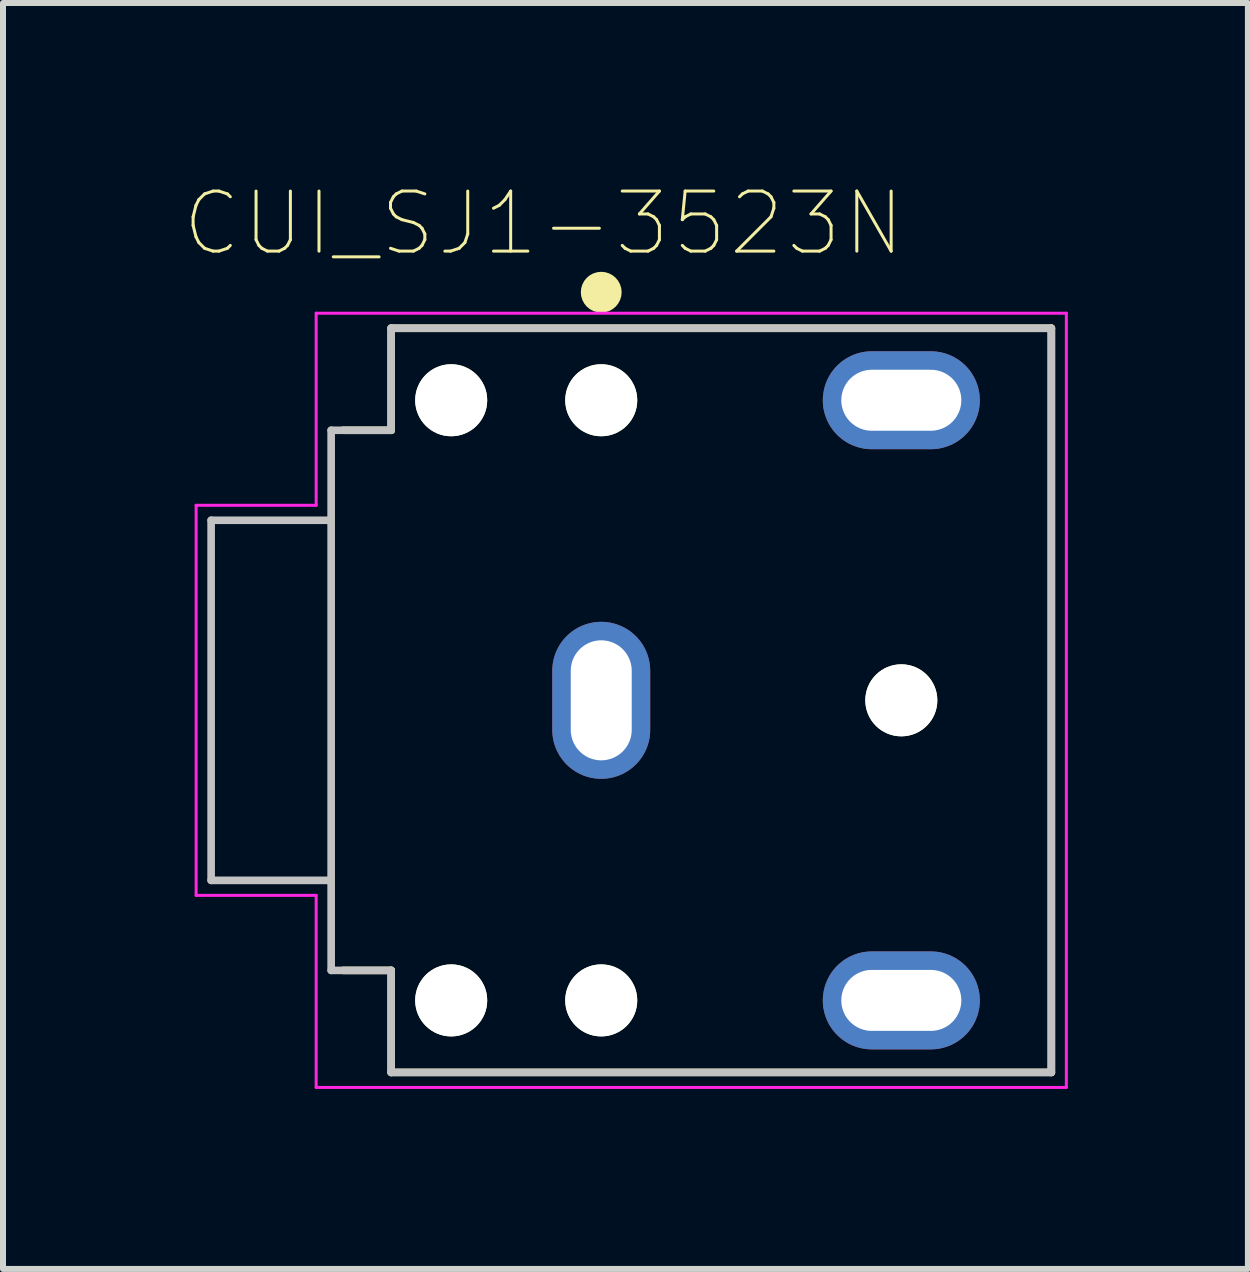
<source format=kicad_pcb>
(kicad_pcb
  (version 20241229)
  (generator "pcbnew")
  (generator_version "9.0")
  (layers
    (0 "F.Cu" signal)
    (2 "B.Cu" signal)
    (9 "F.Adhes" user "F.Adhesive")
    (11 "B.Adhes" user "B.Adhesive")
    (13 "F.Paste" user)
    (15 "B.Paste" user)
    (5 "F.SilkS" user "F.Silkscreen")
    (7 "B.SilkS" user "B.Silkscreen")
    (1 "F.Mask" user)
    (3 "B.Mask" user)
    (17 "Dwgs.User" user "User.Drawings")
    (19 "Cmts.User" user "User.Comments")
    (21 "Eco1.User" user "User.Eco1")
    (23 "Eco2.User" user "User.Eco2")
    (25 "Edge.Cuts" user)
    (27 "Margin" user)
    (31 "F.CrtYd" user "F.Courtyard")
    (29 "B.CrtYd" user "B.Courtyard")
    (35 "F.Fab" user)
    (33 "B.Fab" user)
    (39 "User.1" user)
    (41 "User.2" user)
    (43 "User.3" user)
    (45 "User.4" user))
  (footprint "CUI_SJ1-3523N"
    (layer "F.Cu")
    (at 6.968 8.619)
    (property "Reference" "CUI_SJ1-3523N" (at -0.961 -7.945 0) (layer "F.SilkS") (effects (font (size 1.001 1.001) (thickness 0.05))))
    (attr through_hole)
    (fp_line (start -3.5 -6.2) (end -3.5 -4.5) (stroke (width 0.127) (type solid)) (layer "F.SilkS"))
    (fp_line (start -3.5 -4.5) (end -4.3 -4.5) (stroke (width 0.127) (type solid)) (layer "F.SilkS"))
    (fp_line (start -3.5 4.5) (end -4.3 4.5) (stroke (width 0.127) (type solid)) (layer "F.SilkS"))
    (fp_line (start -3.5 4.5) (end -3.5 6.2) (stroke (width 0.127) (type solid)) (layer "F.SilkS"))
    (fp_line (start 7.5 -6.2) (end -3.5 -6.2) (stroke (width 0.127) (type solid)) (layer "F.SilkS"))
    (fp_line (start 7.5 -6.2) (end 7.5 6.2) (stroke (width 0.127) (type solid)) (layer "F.SilkS"))
    (fp_line (start 7.5 6.2) (end -3.5 6.2) (stroke (width 0.127) (type solid)) (layer "F.SilkS"))
    (fp_circle (center 0 -6.8) (end 0.17 -6.8) (stroke (width 0.34) (type solid)) (fill no) (layer "F.SilkS"))
    (fp_line (start -6.5 -3) (end -6.5 3) (stroke (width 0.127) (type solid)) (layer "Dwgs.User"))
    (fp_line (start -6.5 3) (end -4.5 3) (stroke (width 0.127) (type solid)) (layer "Dwgs.User"))
    (fp_line (start -4.5 -6) (end -4.5 -2) (stroke (width 0.0001) (type solid)) (layer "Dwgs.User"))
    (fp_line (start -4.5 -4.5) (end -4.5 -3) (stroke (width 0.127) (type solid)) (layer "Dwgs.User"))
    (fp_line (start -4.5 -3) (end -6.5 -3) (stroke (width 0.127) (type solid)) (layer "Dwgs.User"))
    (fp_line (start -4.5 -3) (end -4.5 3) (stroke (width 0.127) (type solid)) (layer "Dwgs.User"))
    (fp_line (start -4.5 -2) (end -3.3 -2) (stroke (width 0.0001) (type solid)) (layer "Dwgs.User"))
    (fp_line (start -4.5 2) (end -4.5 6) (stroke (width 0.0001) (type solid)) (layer "Dwgs.User"))
    (fp_line (start -4.5 3) (end -4.5 4.5) (stroke (width 0.127) (type solid)) (layer "Dwgs.User"))
    (fp_line (start -4.5 4.5) (end -3.5 4.5) (stroke (width 0.127) (type solid)) (layer "Dwgs.User"))
    (fp_line (start -3.5 -6.2) (end -3.5 -4.5) (stroke (width 0.127) (type solid)) (layer "Dwgs.User"))
    (fp_line (start -3.5 -4.5) (end -4.5 -4.5) (stroke (width 0.127) (type solid)) (layer "Dwgs.User"))
    (fp_line (start -3.5 4.5) (end -3.5 6.2) (stroke (width 0.127) (type solid)) (layer "Dwgs.User"))
    (fp_line (start -3.3 -2) (end -3.3 2) (stroke (width 0.0001) (type solid)) (layer "Dwgs.User"))
    (fp_line (start -3.3 2) (end -4.5 2) (stroke (width 0.0001) (type solid)) (layer "Dwgs.User"))
    (fp_line (start 7.5 -6.2) (end -3.5 -6.2) (stroke (width 0.127) (type solid)) (layer "Dwgs.User"))
    (fp_line (start 7.5 -6.2) (end 7.5 6.2) (stroke (width 0.127) (type solid)) (layer "Dwgs.User"))
    (fp_line (start 7.5 6.2) (end -3.5 6.2) (stroke (width 0.127) (type solid)) (layer "Dwgs.User"))
    (fp_line (start -6.75 -3.25) (end -6.75 3.25) (stroke (width 0.05) (type solid)) (layer "F.CrtYd"))
    (fp_line (start -6.75 3.25) (end -4.75 3.25) (stroke (width 0.05) (type solid)) (layer "F.CrtYd"))
    (fp_line (start -4.75 -6.45) (end -4.75 -3.25) (stroke (width 0.05) (type solid)) (layer "F.CrtYd"))
    (fp_line (start -4.75 -6.45) (end 7.75 -6.45) (stroke (width 0.05) (type solid)) (layer "F.CrtYd"))
    (fp_line (start -4.75 -3.25) (end -6.75 -3.25) (stroke (width 0.05) (type solid)) (layer "F.CrtYd"))
    (fp_line (start -4.75 3.25) (end -4.75 6.45) (stroke (width 0.05) (type solid)) (layer "F.CrtYd"))
    (fp_line (start 7.75 -6.45) (end 7.75 6.45) (stroke (width 0.05) (type solid)) (layer "F.CrtYd"))
    (fp_line (start 7.75 6.45) (end -4.75 6.45) (stroke (width 0.05) (type solid)) (layer "F.CrtYd"))
    (pad "" np_thru_hole circle (at -2.5 -5) (size 1.2 1.2) (drill 1.2) (layers "*.Cu" "*.Mask" "F.SilkS"))
    (pad "" np_thru_hole circle (at -2.5 5) (size 1.2 1.2) (drill 1.2) (layers "*.Cu" "*.Mask" "F.SilkS"))
    (pad "" np_thru_hole circle (at 0 -5) (size 1.2 1.2) (drill 1.2) (layers "*.Cu" "*.Mask" "F.SilkS"))
    (pad "" np_thru_hole circle (at 0 5) (size 1.2 1.2) (drill 1.2) (layers "*.Cu" "*.Mask" "F.SilkS"))
    (pad "" np_thru_hole circle (at 5 0) (size 1.2 1.2) (drill 1.2) (layers "*.Cu" "*.Mask" "F.SilkS"))
    (pad "1" thru_hole oval (at 0 0 90) (size 2.616 1.632) (drill oval 2 1.016) (layers "*.Cu" "*.Mask"))
    (pad "2" thru_hole oval (at 5 5 180) (size 2.616 1.632) (drill oval 2 1.016) (layers "*.Cu" "*.Mask"))
    (pad "3" thru_hole oval (at 5 -5 180) (size 2.616 1.632) (drill oval 2 1.016) (layers "*.Cu" "*.Mask")))
  (gr_rect
    (start -3 -3)
    (end 17.743 18.094)
    (stroke (width 0.1) (type default))
    (fill no)
    (layer "Edge.Cuts")))
</source>
